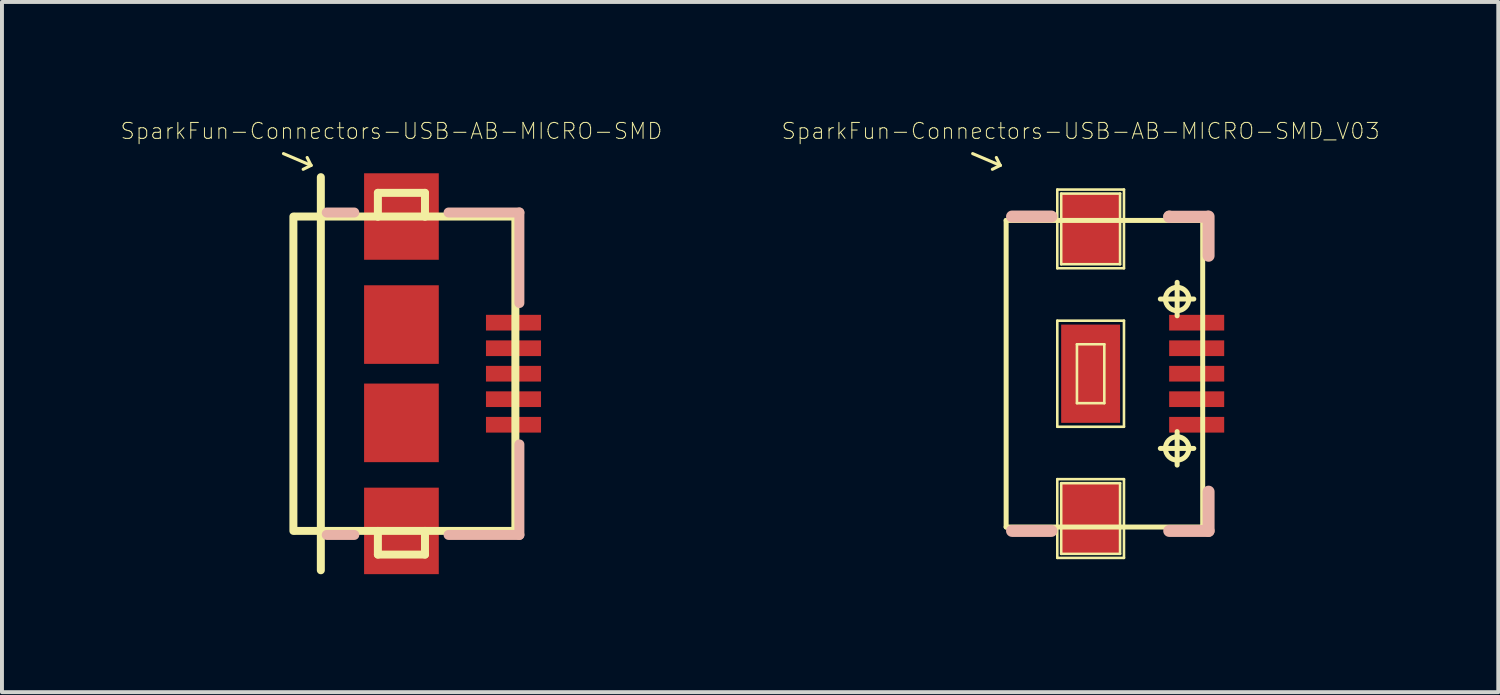
<source format=kicad_pcb>
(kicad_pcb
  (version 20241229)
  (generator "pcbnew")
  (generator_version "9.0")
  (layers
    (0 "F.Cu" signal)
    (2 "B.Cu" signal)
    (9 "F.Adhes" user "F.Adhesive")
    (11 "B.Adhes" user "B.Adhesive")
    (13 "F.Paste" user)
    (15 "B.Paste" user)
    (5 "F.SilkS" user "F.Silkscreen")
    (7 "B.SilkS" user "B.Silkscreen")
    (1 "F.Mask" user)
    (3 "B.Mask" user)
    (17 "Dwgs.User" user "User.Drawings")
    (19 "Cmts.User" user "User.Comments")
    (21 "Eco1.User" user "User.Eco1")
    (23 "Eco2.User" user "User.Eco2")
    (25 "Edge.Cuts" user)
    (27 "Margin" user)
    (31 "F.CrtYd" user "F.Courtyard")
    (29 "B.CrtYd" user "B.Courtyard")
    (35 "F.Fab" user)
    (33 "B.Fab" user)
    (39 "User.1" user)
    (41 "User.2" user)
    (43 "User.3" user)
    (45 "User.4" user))
  (footprint "SparkFun-Connectors-USB-AB-MICRO-SMD_V03"
    (layer "F.Cu")
    (at 24.689 6.455)
    (property "Reference" "SparkFun-Connectors-USB-AB-MICRO-SMD_V03" (at -0.254 -6.172 0) (layer "F.SilkS") (effects (font (size 0.406 0.406) (thickness 0.025))))
    (attr smd)
    (fp_line (start -3 -5.598) (end -2.299 -5.298) (stroke (width 0.079) (type solid)) (layer "F.SilkS"))
    (fp_line (start -2.299 -5.298) (end -2.499 -5.199) (stroke (width 0.079) (type solid)) (layer "F.SilkS"))
    (fp_line (start -2.299 -5.298) (end -2.398 -5.499) (stroke (width 0.079) (type solid)) (layer "F.SilkS"))
    (fp_line (start -2.149 -3.899) (end -2.149 3.899) (stroke (width 0.127) (type solid)) (layer "F.SilkS"))
    (fp_line (start -0.848 -4.684) (end 0.848 -4.684) (stroke (width 0.066) (type solid)) (layer "F.SilkS"))
    (fp_line (start -0.848 -2.682) (end -0.848 -4.684) (stroke (width 0.066) (type solid)) (layer "F.SilkS"))
    (fp_line (start -0.848 -2.682) (end 0.848 -2.682) (stroke (width 0.066) (type solid)) (layer "F.SilkS"))
    (fp_line (start -0.848 -1.349) (end 0.848 -1.349) (stroke (width 0.066) (type solid)) (layer "F.SilkS"))
    (fp_line (start -0.848 1.349) (end -0.848 -1.349) (stroke (width 0.066) (type solid)) (layer "F.SilkS"))
    (fp_line (start -0.848 1.349) (end 0.848 1.349) (stroke (width 0.066) (type solid)) (layer "F.SilkS"))
    (fp_line (start -0.848 2.682) (end 0.848 2.682) (stroke (width 0.066) (type solid)) (layer "F.SilkS"))
    (fp_line (start -0.848 4.684) (end -0.848 2.682) (stroke (width 0.066) (type solid)) (layer "F.SilkS"))
    (fp_line (start -0.848 4.684) (end 0.848 4.684) (stroke (width 0.066) (type solid)) (layer "F.SilkS"))
    (fp_line (start -0.749 -4.582) (end 0.749 -4.582) (stroke (width 0.066) (type solid)) (layer "F.SilkS"))
    (fp_line (start -0.749 -2.784) (end -0.749 -4.582) (stroke (width 0.066) (type solid)) (layer "F.SilkS"))
    (fp_line (start -0.749 -2.784) (end 0.749 -2.784) (stroke (width 0.066) (type solid)) (layer "F.SilkS"))
    (fp_line (start -0.749 2.784) (end 0.749 2.784) (stroke (width 0.066) (type solid)) (layer "F.SilkS"))
    (fp_line (start -0.749 4.582) (end -0.749 2.784) (stroke (width 0.066) (type solid)) (layer "F.SilkS"))
    (fp_line (start -0.749 4.582) (end 0.749 4.582) (stroke (width 0.066) (type solid)) (layer "F.SilkS"))
    (fp_line (start -0.348 -0.749) (end 0.348 -0.749) (stroke (width 0.066) (type solid)) (layer "F.SilkS"))
    (fp_line (start -0.348 0.749) (end -0.348 -0.749) (stroke (width 0.066) (type solid)) (layer "F.SilkS"))
    (fp_line (start -0.348 0.749) (end 0.348 0.749) (stroke (width 0.066) (type solid)) (layer "F.SilkS"))
    (fp_line (start 0.348 0.749) (end 0.348 -0.749) (stroke (width 0.066) (type solid)) (layer "F.SilkS"))
    (fp_line (start 0.749 -2.784) (end 0.749 -4.582) (stroke (width 0.066) (type solid)) (layer "F.SilkS"))
    (fp_line (start 0.749 4.582) (end 0.749 2.784) (stroke (width 0.066) (type solid)) (layer "F.SilkS"))
    (fp_line (start 0.848 -2.682) (end 0.848 -4.684) (stroke (width 0.066) (type solid)) (layer "F.SilkS"))
    (fp_line (start 0.848 1.349) (end 0.848 -1.349) (stroke (width 0.066) (type solid)) (layer "F.SilkS"))
    (fp_line (start 0.848 4.684) (end 0.848 2.682) (stroke (width 0.066) (type solid)) (layer "F.SilkS"))
    (fp_line (start 1.773 -1.9) (end 2.624 -1.9) (stroke (width 0.127) (type solid)) (layer "F.SilkS"))
    (fp_line (start 1.773 1.9) (end 2.624 1.9) (stroke (width 0.127) (type solid)) (layer "F.SilkS"))
    (fp_line (start 2.2 -1.473) (end 2.2 -2.324) (stroke (width 0.127) (type solid)) (layer "F.SilkS"))
    (fp_line (start 2.2 2.324) (end 2.2 1.473) (stroke (width 0.127) (type solid)) (layer "F.SilkS"))
    (fp_line (start 2.85 -3.899) (end -2.149 -3.899) (stroke (width 0.127) (type solid)) (layer "F.SilkS"))
    (fp_line (start 2.85 -3.899) (end 2.85 3.899) (stroke (width 0.127) (type solid)) (layer "F.SilkS"))
    (fp_line (start 2.85 3.899) (end -2.149 3.899) (stroke (width 0.127) (type solid)) (layer "F.SilkS"))
    (fp_circle (center 2.2 -1.9) (end 2.41 -2.111) (stroke (width 0.127) (type solid)) (fill no) (layer "F.SilkS"))
    (fp_circle (center 2.2 1.9) (end 2.41 2.111) (stroke (width 0.127) (type solid)) (fill no) (layer "F.SilkS"))
    (fp_line (start -0.998 -3.998) (end -1.999 -3.998) (stroke (width 0.305) (type solid)) (layer "B.SilkS"))
    (fp_line (start -0.998 3.998) (end -1.999 3.998) (stroke (width 0.305) (type solid)) (layer "B.SilkS"))
    (fp_line (start 1.999 -3.993) (end 1.999 -3.998) (stroke (width 0.305) (type solid)) (layer "B.SilkS"))
    (fp_line (start 1.999 3.998) (end 3 3.998) (stroke (width 0.305) (type solid)) (layer "B.SilkS"))
    (fp_line (start 2.979 -3.993) (end 1.999 -3.993) (stroke (width 0.305) (type solid)) (layer "B.SilkS"))
    (fp_line (start 3 -3.998) (end 3 -3) (stroke (width 0.305) (type solid)) (layer "B.SilkS"))
    (fp_line (start 3 3.998) (end 3 3) (stroke (width 0.305) (type solid)) (layer "B.SilkS"))
    (pad "D+1" smd rect (at 2.697 0 90) (size 0.399 1.4) (layers "F.Cu" "F.Mask" "F.Paste"))
    (pad "D-1" smd rect (at 2.697 -0.648 90) (size 0.399 1.4) (layers "F.Cu" "F.Mask" "F.Paste"))
    (pad "GND1" smd rect (at 2.697 1.298 90) (size 0.399 1.4) (layers "F.Cu" "F.Mask" "F.Paste"))
    (pad "ID1" smd rect (at 2.697 0.648 90) (size 0.399 1.4) (layers "F.Cu" "F.Mask" "F.Paste"))
    (pad "SHIE" smd rect (at 0 -3.678) (size 1.499 1.798) (layers "F.Cu" "F.Mask" "F.Paste"))
    (pad "SHIE" smd rect (at 0 0) (size 1.499 2.499) (layers "F.Cu" "F.Mask" "F.Paste"))
    (pad "SHIE" smd rect (at 0 3.678) (size 1.499 1.798) (layers "F.Cu" "F.Mask" "F.Paste"))
    (pad "VBUS" smd rect (at 2.697 -1.298 90) (size 0.399 1.4) (layers "F.Cu" "F.Mask" "F.Paste")))
  (footprint "SparkFun-Connectors-USB-AB-MICRO-SMD"
    (layer "F.Cu")
    (at 7.16 6.455)
    (property "Reference" "SparkFun-Connectors-USB-AB-MICRO-SMD" (at -0.254 -6.172 0) (layer "F.SilkS") (effects (font (size 0.406 0.406) (thickness 0.025))))
    (attr smd)
    (fp_line (start -3 -5.598) (end -2.299 -5.298) (stroke (width 0.079) (type solid)) (layer "F.SilkS"))
    (fp_line (start -2.748 -3.998) (end -2.748 3.998) (stroke (width 0.203) (type solid)) (layer "F.SilkS"))
    (fp_line (start -2.697 -3.998) (end -0.599 -3.998) (stroke (width 0.203) (type solid)) (layer "F.SilkS"))
    (fp_line (start -2.697 3.998) (end 2.898 3.998) (stroke (width 0.203) (type solid)) (layer "F.SilkS"))
    (fp_line (start -2.299 -5.298) (end -2.499 -5.199) (stroke (width 0.079) (type solid)) (layer "F.SilkS"))
    (fp_line (start -2.299 -5.298) (end -2.398 -5.499) (stroke (width 0.079) (type solid)) (layer "F.SilkS"))
    (fp_line (start -2.05 -4.999) (end -2.05 4.999) (stroke (width 0.203) (type solid)) (layer "F.SilkS"))
    (fp_line (start -0.599 -4.6) (end 0.599 -4.6) (stroke (width 0.203) (type solid)) (layer "F.SilkS"))
    (fp_line (start -0.599 -3.998) (end -0.599 -4.6) (stroke (width 0.203) (type solid)) (layer "F.SilkS"))
    (fp_line (start -0.599 -3.998) (end 0.599 -3.998) (stroke (width 0.203) (type solid)) (layer "F.SilkS"))
    (fp_line (start -0.599 4.6) (end -0.599 3.998) (stroke (width 0.203) (type solid)) (layer "F.SilkS"))
    (fp_line (start 0.599 -4.6) (end 0.599 -3.998) (stroke (width 0.203) (type solid)) (layer "F.SilkS"))
    (fp_line (start 0.599 -3.998) (end 2.898 -3.998) (stroke (width 0.203) (type solid)) (layer "F.SilkS"))
    (fp_line (start 0.599 3.998) (end 0.599 4.6) (stroke (width 0.203) (type solid)) (layer "F.SilkS"))
    (fp_line (start 0.599 4.6) (end -0.599 4.6) (stroke (width 0.203) (type solid)) (layer "F.SilkS"))
    (fp_line (start 2.898 -3.998) (end 2.898 3.998) (stroke (width 0.203) (type solid)) (layer "F.SilkS"))
    (fp_line (start -1.199 -4.1) (end -1.9 -4.1) (stroke (width 0.254) (type solid)) (layer "B.SilkS"))
    (fp_line (start -1.199 4.1) (end -1.9 4.1) (stroke (width 0.254) (type solid)) (layer "B.SilkS"))
    (fp_line (start 1.199 -4.1) (end 3 -4.1) (stroke (width 0.254) (type solid)) (layer "B.SilkS"))
    (fp_line (start 3 -4.1) (end 3 -1.798) (stroke (width 0.254) (type solid)) (layer "B.SilkS"))
    (fp_line (start 3 1.798) (end 3 4.1) (stroke (width 0.254) (type solid)) (layer "B.SilkS"))
    (fp_line (start 3 4.1) (end 1.199 4.1) (stroke (width 0.254) (type solid)) (layer "B.SilkS"))
    (pad "D+" smd rect (at 2.85 0 90) (size 0.399 1.4) (layers "F.Cu" "F.Mask" "F.Paste"))
    (pad "D-" smd rect (at 2.85 -0.648 90) (size 0.399 1.4) (layers "F.Cu" "F.Mask" "F.Paste"))
    (pad "GND" smd rect (at 2.85 1.298 90) (size 0.399 1.4) (layers "F.Cu" "F.Mask" "F.Paste"))
    (pad "ID" smd rect (at 2.85 0.648 90) (size 0.399 1.4) (layers "F.Cu" "F.Mask" "F.Paste"))
    (pad "SHIE" smd rect (at 0 -3.998 90) (size 2.2 1.9) (layers "F.Cu" "F.Mask" "F.Paste"))
    (pad "SHIE" smd rect (at 0 -1.25 90) (size 1.999 1.9) (layers "F.Cu" "F.Mask" "F.Paste"))
    (pad "SHIE" smd rect (at 0 1.25 90) (size 1.999 1.9) (layers "F.Cu" "F.Mask" "F.Paste"))
    (pad "SHIE" smd rect (at 0 3.998 90) (size 2.2 1.9) (layers "F.Cu" "F.Mask" "F.Paste"))
    (pad "VBUS" smd rect (at 2.85 -1.298 90) (size 0.399 1.4) (layers "F.Cu" "F.Mask" "F.Paste")))
  (gr_rect
    (start -3 -3)
    (end 35.057 14.555)
    (stroke (width 0.1) (type default))
    (fill no)
    (layer "Edge.Cuts")))
</source>
